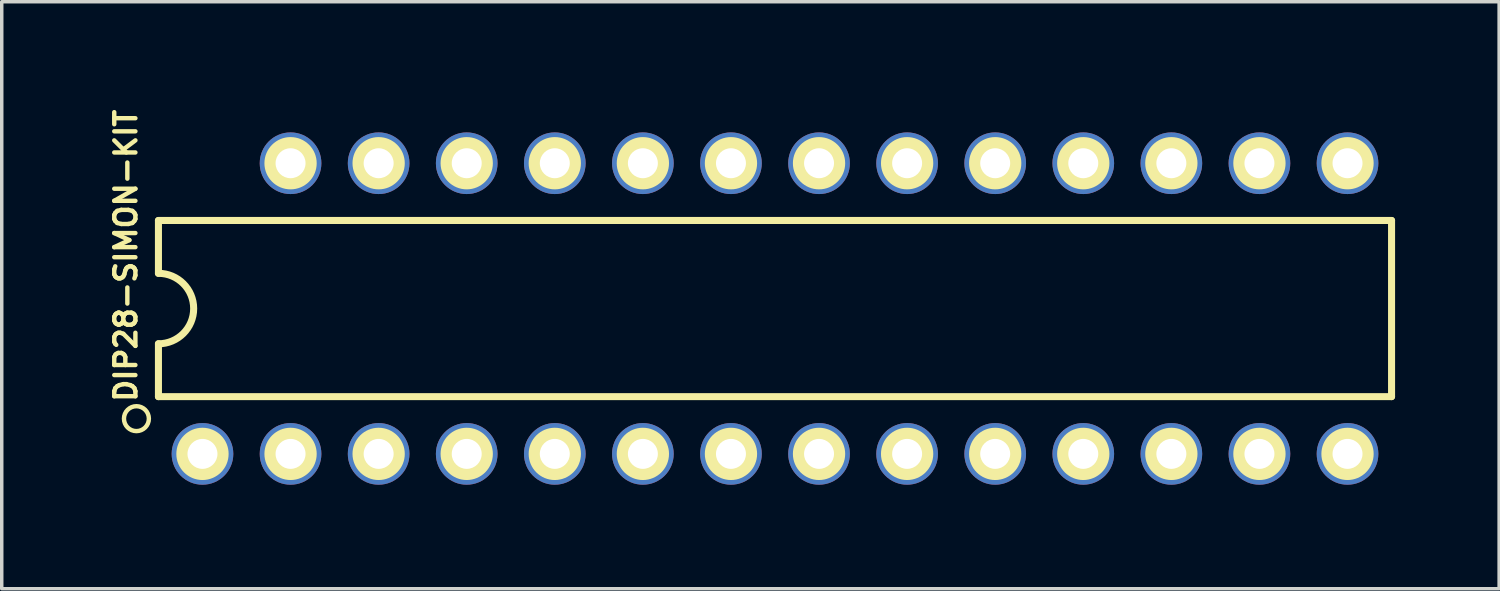
<source format=kicad_pcb>
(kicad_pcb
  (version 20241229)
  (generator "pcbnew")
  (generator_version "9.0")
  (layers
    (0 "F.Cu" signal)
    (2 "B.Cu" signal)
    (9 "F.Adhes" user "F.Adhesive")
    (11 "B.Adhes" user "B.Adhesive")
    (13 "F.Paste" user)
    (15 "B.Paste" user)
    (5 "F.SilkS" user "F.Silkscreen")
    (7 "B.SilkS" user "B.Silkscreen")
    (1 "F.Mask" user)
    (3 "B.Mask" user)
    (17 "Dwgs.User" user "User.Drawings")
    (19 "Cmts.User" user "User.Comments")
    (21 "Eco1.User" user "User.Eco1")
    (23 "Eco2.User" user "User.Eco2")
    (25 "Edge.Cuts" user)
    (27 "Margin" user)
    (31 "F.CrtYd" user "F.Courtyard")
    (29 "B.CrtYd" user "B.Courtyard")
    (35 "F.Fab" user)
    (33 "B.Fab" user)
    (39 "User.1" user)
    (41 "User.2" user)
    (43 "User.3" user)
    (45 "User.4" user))
  (footprint "DIP28-SIMON-KIT"
    (layer "F.Cu")
    (at 19.299 5.848)
    (property "Reference" "DIP28-SIMON-KIT" (at -18.72 -1.524 90) (layer "F.SilkS") (effects (font (size 0.61 0.61) (thickness 0.127))))
    (attr exclude_from_pos_files exclude_from_bom)
    (fp_line (start -17.78 -2.54) (end -17.78 -1.016) (stroke (width 0.203) (type solid)) (layer "F.SilkS"))
    (fp_line (start -17.78 2.54) (end -17.78 1.016) (stroke (width 0.203) (type solid)) (layer "F.SilkS"))
    (fp_line (start -17.78 2.54) (end 17.78 2.54) (stroke (width 0.203) (type solid)) (layer "F.SilkS"))
    (fp_line (start 17.78 -2.54) (end -17.78 -2.54) (stroke (width 0.203) (type solid)) (layer "F.SilkS"))
    (fp_line (start 17.78 -2.54) (end 17.78 2.54) (stroke (width 0.203) (type solid)) (layer "F.SilkS"))
    (fp_arc (start -17.78 -1.016) (mid -16.764 0) (end -17.78 1.016) (stroke (width 0.2032) (type solid)) (layer "F.SilkS"))
    (fp_circle (center -18.415 3.175) (end -18.669 3.429) (stroke (width 0.127) (type solid)) (fill no) (layer "F.SilkS"))
    (fp_circle (center -16.51 4.191) (end -17.043 4.724) (stroke (width 0) (type solid)) (fill yes) (layer "F.SilkS"))
    (fp_circle (center -16.51 4.191) (end -16.726 4.407) (stroke (width 0) (type solid)) (fill yes) (layer "F.SilkS"))
    (fp_circle (center -13.97 -4.191) (end -14.503 -4.724) (stroke (width 0) (type solid)) (fill yes) (layer "F.SilkS"))
    (fp_circle (center -13.97 -4.191) (end -14.186 -4.407) (stroke (width 0) (type solid)) (fill yes) (layer "F.SilkS"))
    (fp_circle (center -13.97 4.191) (end -14.503 4.724) (stroke (width 0) (type solid)) (fill yes) (layer "F.SilkS"))
    (fp_circle (center -13.97 4.191) (end -14.186 4.407) (stroke (width 0) (type solid)) (fill yes) (layer "F.SilkS"))
    (fp_circle (center -11.43 -4.191) (end -11.963 -4.724) (stroke (width 0) (type solid)) (fill yes) (layer "F.SilkS"))
    (fp_circle (center -11.43 -4.191) (end -11.646 -4.407) (stroke (width 0) (type solid)) (fill yes) (layer "F.SilkS"))
    (fp_circle (center -11.43 4.191) (end -11.963 4.724) (stroke (width 0) (type solid)) (fill yes) (layer "F.SilkS"))
    (fp_circle (center -11.43 4.191) (end -11.646 4.407) (stroke (width 0) (type solid)) (fill yes) (layer "F.SilkS"))
    (fp_circle (center -8.89 -4.191) (end -9.423 -4.724) (stroke (width 0) (type solid)) (fill yes) (layer "F.SilkS"))
    (fp_circle (center -8.89 -4.191) (end -9.106 -4.407) (stroke (width 0) (type solid)) (fill yes) (layer "F.SilkS"))
    (fp_circle (center -8.89 4.191) (end -9.423 4.724) (stroke (width 0) (type solid)) (fill yes) (layer "F.SilkS"))
    (fp_circle (center -8.89 4.191) (end -9.106 4.407) (stroke (width 0) (type solid)) (fill yes) (layer "F.SilkS"))
    (fp_circle (center -6.35 -4.191) (end -6.883 -4.724) (stroke (width 0) (type solid)) (fill yes) (layer "F.SilkS"))
    (fp_circle (center -6.35 -4.191) (end -6.566 -4.407) (stroke (width 0) (type solid)) (fill yes) (layer "F.SilkS"))
    (fp_circle (center -6.35 4.191) (end -6.883 4.724) (stroke (width 0) (type solid)) (fill yes) (layer "F.SilkS"))
    (fp_circle (center -6.35 4.191) (end -6.566 4.407) (stroke (width 0) (type solid)) (fill yes) (layer "F.SilkS"))
    (fp_circle (center -3.81 -4.191) (end -4.343 -4.724) (stroke (width 0) (type solid)) (fill yes) (layer "F.SilkS"))
    (fp_circle (center -3.81 -4.191) (end -4.026 -4.407) (stroke (width 0) (type solid)) (fill yes) (layer "F.SilkS"))
    (fp_circle (center -3.81 4.191) (end -4.343 4.724) (stroke (width 0) (type solid)) (fill yes) (layer "F.SilkS"))
    (fp_circle (center -3.81 4.191) (end -4.026 4.407) (stroke (width 0) (type solid)) (fill yes) (layer "F.SilkS"))
    (fp_circle (center -1.27 -4.191) (end -1.803 -4.724) (stroke (width 0) (type solid)) (fill yes) (layer "F.SilkS"))
    (fp_circle (center -1.27 -4.191) (end -1.486 -4.407) (stroke (width 0) (type solid)) (fill yes) (layer "F.SilkS"))
    (fp_circle (center -1.27 4.191) (end -1.803 4.724) (stroke (width 0) (type solid)) (fill yes) (layer "F.SilkS"))
    (fp_circle (center -1.27 4.191) (end -1.486 4.407) (stroke (width 0) (type solid)) (fill yes) (layer "F.SilkS"))
    (fp_circle (center 1.27 -4.191) (end 1.486 -4.407) (stroke (width 0) (type solid)) (fill yes) (layer "F.SilkS"))
    (fp_circle (center 1.27 -4.191) (end 1.803 -4.724) (stroke (width 0) (type solid)) (fill yes) (layer "F.SilkS"))
    (fp_circle (center 1.27 4.191) (end 1.486 4.407) (stroke (width 0) (type solid)) (fill yes) (layer "F.SilkS"))
    (fp_circle (center 1.27 4.191) (end 1.803 4.724) (stroke (width 0) (type solid)) (fill yes) (layer "F.SilkS"))
    (fp_circle (center 3.81 -4.191) (end 4.026 -4.407) (stroke (width 0) (type solid)) (fill yes) (layer "F.SilkS"))
    (fp_circle (center 3.81 -4.191) (end 4.343 -4.724) (stroke (width 0) (type solid)) (fill yes) (layer "F.SilkS"))
    (fp_circle (center 3.81 4.191) (end 4.026 4.407) (stroke (width 0) (type solid)) (fill yes) (layer "F.SilkS"))
    (fp_circle (center 3.81 4.191) (end 4.343 4.724) (stroke (width 0) (type solid)) (fill yes) (layer "F.SilkS"))
    (fp_circle (center 6.35 -4.191) (end 6.566 -4.407) (stroke (width 0) (type solid)) (fill yes) (layer "F.SilkS"))
    (fp_circle (center 6.35 -4.191) (end 6.883 -4.724) (stroke (width 0) (type solid)) (fill yes) (layer "F.SilkS"))
    (fp_circle (center 6.35 4.191) (end 6.566 4.407) (stroke (width 0) (type solid)) (fill yes) (layer "F.SilkS"))
    (fp_circle (center 6.35 4.191) (end 6.883 4.724) (stroke (width 0) (type solid)) (fill yes) (layer "F.SilkS"))
    (fp_circle (center 8.89 -4.191) (end 9.106 -4.407) (stroke (width 0) (type solid)) (fill yes) (layer "F.SilkS"))
    (fp_circle (center 8.89 -4.191) (end 9.423 -4.724) (stroke (width 0) (type solid)) (fill yes) (layer "F.SilkS"))
    (fp_circle (center 8.89 4.191) (end 9.106 4.407) (stroke (width 0) (type solid)) (fill yes) (layer "F.SilkS"))
    (fp_circle (center 8.89 4.191) (end 9.423 4.724) (stroke (width 0) (type solid)) (fill yes) (layer "F.SilkS"))
    (fp_circle (center 11.43 -4.191) (end 11.646 -4.407) (stroke (width 0) (type solid)) (fill yes) (layer "F.SilkS"))
    (fp_circle (center 11.43 -4.191) (end 11.963 -4.724) (stroke (width 0) (type solid)) (fill yes) (layer "F.SilkS"))
    (fp_circle (center 11.43 4.191) (end 11.646 4.407) (stroke (width 0) (type solid)) (fill yes) (layer "F.SilkS"))
    (fp_circle (center 11.43 4.191) (end 11.963 4.724) (stroke (width 0) (type solid)) (fill yes) (layer "F.SilkS"))
    (fp_circle (center 13.97 -4.191) (end 14.186 -4.407) (stroke (width 0) (type solid)) (fill yes) (layer "F.SilkS"))
    (fp_circle (center 13.97 -4.191) (end 14.503 -4.724) (stroke (width 0) (type solid)) (fill yes) (layer "F.SilkS"))
    (fp_circle (center 13.97 4.191) (end 14.186 4.407) (stroke (width 0) (type solid)) (fill yes) (layer "F.SilkS"))
    (fp_circle (center 13.97 4.191) (end 14.503 4.724) (stroke (width 0) (type solid)) (fill yes) (layer "F.SilkS"))
    (fp_circle (center 16.51 -4.191) (end 16.726 -4.407) (stroke (width 0) (type solid)) (fill yes) (layer "F.SilkS"))
    (fp_circle (center 16.51 -4.191) (end 17.043 -4.724) (stroke (width 0) (type solid)) (fill yes) (layer "F.SilkS"))
    (fp_circle (center 16.51 4.191) (end 16.726 4.407) (stroke (width 0) (type solid)) (fill yes) (layer "F.SilkS"))
    (fp_circle (center 16.51 4.191) (end 17.043 4.724) (stroke (width 0) (type solid)) (fill yes) (layer "F.SilkS"))
    (pad "1" thru_hole circle (at -16.51 4.191) (size 1.778 1.778) (drill 0.864) (layers "*.Cu" "*.Paste" "*.Mask"))
    (pad "2" thru_hole circle (at -13.97 4.191) (size 1.778 1.778) (drill 0.864) (layers "*.Cu" "*.Paste" "*.Mask"))
    (pad "3" thru_hole circle (at -11.43 4.191) (size 1.778 1.778) (drill 0.864) (layers "*.Cu" "*.Paste" "*.Mask"))
    (pad "4" thru_hole circle (at -8.89 4.191) (size 1.778 1.778) (drill 0.864) (layers "*.Cu" "*.Paste" "*.Mask"))
    (pad "5" thru_hole circle (at -6.35 4.191) (size 1.778 1.778) (drill 0.864) (layers "*.Cu" "*.Paste" "*.Mask"))
    (pad "6" thru_hole circle (at -3.81 4.191) (size 1.778 1.778) (drill 0.864) (layers "*.Cu" "*.Paste" "*.Mask"))
    (pad "7" thru_hole circle (at -1.27 4.191) (size 1.778 1.778) (drill 0.864) (layers "*.Cu" "*.Paste" "*.Mask"))
    (pad "8" thru_hole circle (at 1.27 4.191) (size 1.778 1.778) (drill 0.864) (layers "*.Cu" "*.Paste" "*.Mask"))
    (pad "9" thru_hole circle (at 3.81 4.191) (size 1.778 1.778) (drill 0.864) (layers "*.Cu" "*.Paste" "*.Mask"))
    (pad "10" thru_hole circle (at 6.35 4.191) (size 1.778 1.778) (drill 0.864) (layers "*.Cu" "*.Paste" "*.Mask"))
    (pad "11" thru_hole circle (at 8.89 4.191) (size 1.778 1.778) (drill 0.864) (layers "*.Cu" "*.Paste" "*.Mask"))
    (pad "12" thru_hole circle (at 11.43 4.191) (size 1.778 1.778) (drill 0.864) (layers "*.Cu" "*.Paste" "*.Mask"))
    (pad "13" thru_hole circle (at 13.97 4.191) (size 1.778 1.778) (drill 0.864) (layers "*.Cu" "*.Paste" "*.Mask"))
    (pad "14" thru_hole circle (at 16.51 4.191) (size 1.778 1.778) (drill 0.864) (layers "*.Cu" "*.Paste" "*.Mask"))
    (pad "15" thru_hole circle (at 16.51 -4.191) (size 1.778 1.778) (drill 0.864) (layers "*.Cu" "*.Paste" "*.Mask"))
    (pad "16" thru_hole circle (at 13.97 -4.191) (size 1.778 1.778) (drill 0.864) (layers "*.Cu" "*.Paste" "*.Mask"))
    (pad "17" thru_hole circle (at 11.43 -4.191) (size 1.778 1.778) (drill 0.864) (layers "*.Cu" "*.Paste" "*.Mask"))
    (pad "18" thru_hole circle (at 8.89 -4.191) (size 1.778 1.778) (drill 0.864) (layers "*.Cu" "*.Paste" "*.Mask"))
    (pad "19" thru_hole circle (at 6.35 -4.191) (size 1.778 1.778) (drill 0.864) (layers "*.Cu" "*.Paste" "*.Mask"))
    (pad "20" thru_hole circle (at 3.81 -4.191) (size 1.778 1.778) (drill 0.864) (layers "*.Cu" "*.Paste" "*.Mask"))
    (pad "21" thru_hole circle (at 1.27 -4.191) (size 1.778 1.778) (drill 0.864) (layers "*.Cu" "*.Paste" "*.Mask"))
    (pad "22" thru_hole circle (at -1.27 -4.191) (size 1.778 1.778) (drill 0.864) (layers "*.Cu" "*.Paste" "*.Mask"))
    (pad "23" thru_hole circle (at -3.81 -4.191) (size 1.778 1.778) (drill 0.864) (layers "*.Cu" "*.Paste" "*.Mask"))
    (pad "24" thru_hole circle (at -6.35 -4.191) (size 1.778 1.778) (drill 0.864) (layers "*.Cu" "*.Paste" "*.Mask"))
    (pad "25" thru_hole circle (at -8.89 -4.191) (size 1.778 1.778) (drill 0.864) (layers "*.Cu" "*.Paste" "*.Mask"))
    (pad "26" thru_hole circle (at -11.43 -4.191) (size 1.778 1.778) (drill 0.864) (layers "*.Cu" "*.Paste" "*.Mask"))
    (pad "27" thru_hole circle (at -13.97 -4.191) (size 1.778 1.778) (drill 0.864) (layers "*.Cu" "*.Paste" "*.Mask")))
  (gr_rect
    (start -3 -3)
    (end 40.181 13.928)
    (stroke (width 0.1) (type default))
    (fill no)
    (layer "Edge.Cuts")))
</source>
